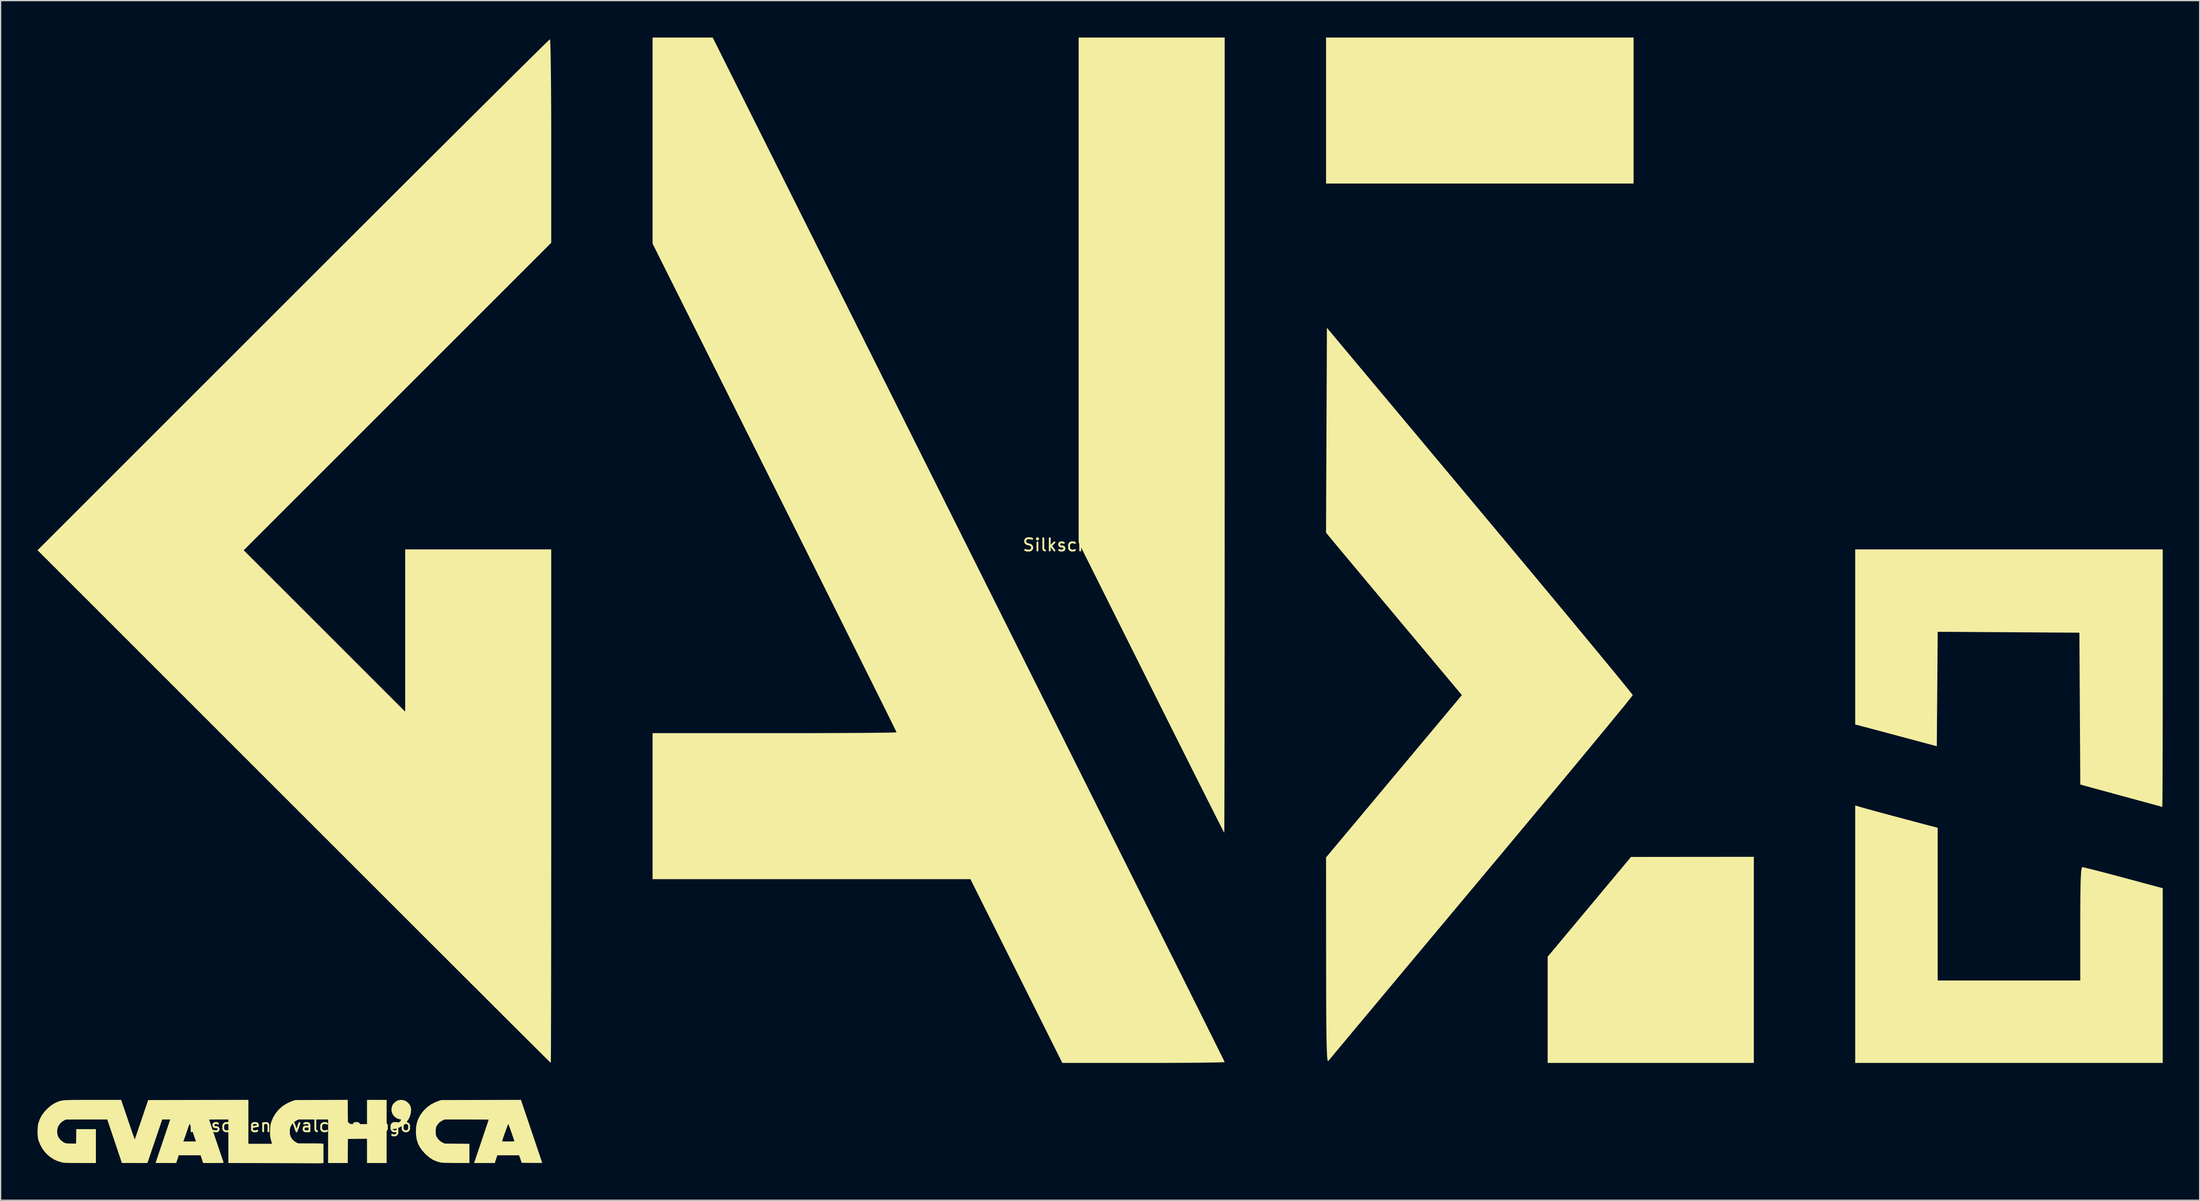
<source format=kicad_pcb>
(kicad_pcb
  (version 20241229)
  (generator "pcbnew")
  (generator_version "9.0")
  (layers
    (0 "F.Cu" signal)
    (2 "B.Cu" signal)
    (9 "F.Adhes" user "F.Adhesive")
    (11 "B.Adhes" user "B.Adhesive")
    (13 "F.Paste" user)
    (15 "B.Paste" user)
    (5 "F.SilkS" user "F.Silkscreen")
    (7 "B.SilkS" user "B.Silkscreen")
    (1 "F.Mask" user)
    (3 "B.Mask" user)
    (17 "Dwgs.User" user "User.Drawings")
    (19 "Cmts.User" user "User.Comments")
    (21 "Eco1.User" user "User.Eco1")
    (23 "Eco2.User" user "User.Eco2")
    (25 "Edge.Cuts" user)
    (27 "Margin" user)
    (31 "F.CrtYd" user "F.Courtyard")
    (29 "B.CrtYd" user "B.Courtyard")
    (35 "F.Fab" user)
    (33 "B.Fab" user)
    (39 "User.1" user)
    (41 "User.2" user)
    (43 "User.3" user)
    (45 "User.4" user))
  (footprint "Silkscreen_gvalchca_logo"
    (layer "F.Cu")
    (at 20.85 88.916)
    (property "Reference" "Silkscreen_gvalchca_logo" (at 0 -0.5 0) (unlocked yes) (layer "F.SilkS") (effects (font (size 1 1) (thickness 0.15))))
    (fp_poly (pts (xy 8.88 -2.577) (xy 9.078 -2.495) (xy 9.249 -2.362) (xy 9.382 -2.202) (xy 9.464 -2.024) (xy 9.498 -1.822) (xy 9.483 -1.592) (xy 9.421 -1.325) (xy 9.415 -1.306) (xy 9.307 -1.056) (xy 9.15 -0.825) (xy 8.952 -0.622) (xy 8.723 -0.452) (xy 8.473 -0.323) (xy 8.211 -0.244) (xy 7.972 -0.219) (xy 7.924 -0.222) (xy 7.897 -0.239) (xy 7.885 -0.285) (xy 7.883 -0.376) (xy 7.883 -0.415) (xy 7.883 -0.612) (xy 8.099 -0.646) (xy 8.292 -0.689) (xy 8.456 -0.751) (xy 8.579 -0.826) (xy 8.648 -0.906) (xy 8.693 -0.992) (xy 8.525 -1.029) (xy 8.32 -1.104) (xy 8.152 -1.224) (xy 8.022 -1.38) (xy 7.937 -1.563) (xy 7.899 -1.762) (xy 7.914 -1.97) (xy 7.986 -2.177) (xy 7.992 -2.189) (xy 8.065 -2.289) (xy 8.174 -2.395) (xy 8.298 -2.488) (xy 8.415 -2.551) (xy 8.44 -2.56) (xy 8.667 -2.599)) (stroke (width 0) (type solid)) (fill yes) (layer "F.SilkS"))
    (fp_poly (pts (xy 18.574 -2.136) (xy 18.611 -2.027) (xy 18.666 -1.865) (xy 18.736 -1.657) (xy 18.82 -1.407) (xy 18.916 -1.124) (xy 19.022 -0.812) (xy 19.135 -0.478) (xy 19.253 -0.129) (xy 19.374 0.23) (xy 19.438 0.418) (xy 19.555 0.764) (xy 19.666 1.093) (xy 19.769 1.4) (xy 19.863 1.679) (xy 19.947 1.927) (xy 20.017 2.138) (xy 20.074 2.308) (xy 20.115 2.431) (xy 20.139 2.504) (xy 20.145 2.522) (xy 20.115 2.525) (xy 20.031 2.527) (xy 19.9 2.529) (xy 19.731 2.529) (xy 19.532 2.528) (xy 19.311 2.526) (xy 18.477 2.518) (xy 18.42 2.346) (xy 18.377 2.221) (xy 18.333 2.096) (xy 18.313 2.041) (xy 18.263 1.908) (xy 16.498 1.908) (xy 16.396 2.221) (xy 16.293 2.534) (xy 14.611 2.534) (xy 15.204 0.779) (xy 15.209 0.764) (xy 16.892 0.764) (xy 16.921 0.77) (xy 17.003 0.775) (xy 17.126 0.779) (xy 17.281 0.782) (xy 17.395 0.782) (xy 17.583 0.782) (xy 17.717 0.78) (xy 17.805 0.775) (xy 17.856 0.767) (xy 17.879 0.755) (xy 17.881 0.737) (xy 17.878 0.727) (xy 17.862 0.682) (xy 17.829 0.588) (xy 17.782 0.453) (xy 17.725 0.288) (xy 17.661 0.101) (xy 17.637 0.031) (xy 17.572 -0.158) (xy 17.512 -0.328) (xy 17.461 -0.469) (xy 17.422 -0.572) (xy 17.398 -0.628) (xy 17.394 -0.635) (xy 17.38 -0.612) (xy 17.349 -0.54) (xy 17.305 -0.427) (xy 17.251 -0.285) (xy 17.191 -0.123) (xy 17.128 0.05) (xy 17.067 0.224) (xy 17.009 0.389) (xy 16.959 0.536) (xy 16.921 0.654) (xy 16.897 0.734) (xy 16.892 0.764) (xy 15.209 0.764) (xy 15.311 0.462) (xy 15.412 0.163) (xy 15.504 -0.113) (xy 15.588 -0.36) (xy 15.659 -0.574) (xy 15.718 -0.749) (xy 15.761 -0.88) (xy 15.788 -0.961) (xy 15.797 -0.989) (xy 15.766 -0.991) (xy 15.679 -0.993) (xy 15.54 -0.995) (xy 15.355 -0.997) (xy 15.13 -0.998) (xy 14.87 -0.999) (xy 14.58 -1) (xy 14.267 -1.001) (xy 14.003 -1.001) (xy 12.209 -1.001) (xy 12.019 -0.906) (xy 11.821 -0.78) (xy 11.666 -0.618) (xy 11.566 -0.461) (xy 11.531 -0.384) (xy 11.51 -0.304) (xy 11.499 -0.2) (xy 11.496 -0.055) (xy 11.496 -0.031) (xy 11.498 0.12) (xy 11.508 0.228) (xy 11.528 0.311) (xy 11.56 0.387) (xy 11.568 0.4) (xy 11.713 0.613) (xy 11.897 0.782) (xy 12.038 0.867) (xy 12.215 0.954) (xy 13.224 0.964) (xy 14.233 0.974) (xy 14.233 2.534) (xy 13.146 2.531) (xy 12.808 2.53) (xy 12.527 2.526) (xy 12.3 2.521) (xy 12.122 2.514) (xy 11.988 2.504) (xy 11.892 2.492) (xy 11.867 2.487) (xy 11.552 2.397) (xy 11.264 2.268) (xy 10.991 2.094) (xy 10.721 1.866) (xy 10.636 1.783) (xy 10.38 1.499) (xy 10.182 1.212) (xy 10.038 0.913) (xy 9.943 0.591) (xy 9.894 0.237) (xy 9.885 -0.021) (xy 9.902 -0.381) (xy 9.958 -0.702) (xy 10.055 -0.999) (xy 10.198 -1.285) (xy 10.267 -1.397) (xy 10.514 -1.724) (xy 10.795 -2.001) (xy 11.115 -2.231) (xy 11.478 -2.417) (xy 11.715 -2.507) (xy 11.934 -2.581) (xy 15.176 -2.589) (xy 18.418 -2.598)) (stroke (width 0) (type solid)) (fill yes) (layer "F.SilkS"))
    (fp_poly (pts (xy 4.355 -1.62) (xy 4.364 -0.641) (xy 5.138 -0.633) (xy 5.912 -0.625) (xy 5.912 -2.596) (xy 7.507 -2.596) (xy 7.507 2.534) (xy 5.912 2.534) (xy 5.912 0.562) (xy 5.138 0.57) (xy 4.364 0.579) (xy 4.355 1.556) (xy 4.347 2.534) (xy 2.753 2.534) (xy 2.753 -1.001) (xy 0.354 -1.001) (xy 0.159 -0.904) (xy -0.036 -0.774) (xy -0.187 -0.61) (xy -0.293 -0.421) (xy -0.354 -0.214) (xy -0.371 0.001) (xy -0.344 0.215) (xy -0.271 0.419) (xy -0.155 0.604) (xy 0.007 0.761) (xy 0.163 0.858) (xy 0.325 0.938) (xy 1.281 0.939) (xy 1.522 0.94) (xy 1.746 0.941) (xy 1.944 0.944) (xy 2.107 0.948) (xy 2.227 0.952) (xy 2.296 0.956) (xy 2.307 0.958) (xy 2.377 0.977) (xy 2.377 2.526) (xy 2.307 2.545) (xy 2.259 2.55) (xy 2.156 2.553) (xy 2.008 2.556) (xy 1.823 2.558) (xy 1.609 2.558) (xy 1.374 2.557) (xy 1.298 2.557) (xy 1.123 2.556) (xy 0.892 2.554) (xy 0.611 2.553) (xy 0.288 2.552) (xy -0.072 2.55) (xy -0.462 2.548) (xy -0.876 2.547) (xy -1.306 2.545) (xy -1.747 2.544) (xy -2.191 2.542) (xy -2.495 2.542) (xy -5.349 2.533) (xy -5.349 -1.001) (xy -6.131 -1.001) (xy -6.345 -1.001) (xy -6.536 -1) (xy -6.697 -0.998) (xy -6.819 -0.996) (xy -6.893 -0.993) (xy -6.913 -0.991) (xy -6.903 -0.961) (xy -6.876 -0.877) (xy -6.832 -0.748) (xy -6.775 -0.578) (xy -6.706 -0.374) (xy -6.628 -0.142) (xy -6.543 0.11) (xy -6.453 0.377) (xy -6.359 0.653) (xy -6.265 0.931) (xy -6.172 1.205) (xy -6.083 1.468) (xy -6 1.714) (xy -5.924 1.937) (xy -5.858 2.131) (xy -5.804 2.288) (xy -5.765 2.403) (xy -5.742 2.47) (xy -5.737 2.483) (xy -5.736 2.498) (xy -5.75 2.51) (xy -5.785 2.519) (xy -5.849 2.525) (xy -5.947 2.53) (xy -6.087 2.532) (xy -6.276 2.533) (xy -6.519 2.534) (xy -6.559 2.534) (xy -7.4 2.534) (xy -7.503 2.221) (xy -7.605 1.908) (xy -9.38 1.908) (xy -9.585 2.534) (xy -10.423 2.534) (xy -10.645 2.533) (xy -10.844 2.533) (xy -11.014 2.531) (xy -11.145 2.53) (xy -11.23 2.528) (xy -11.261 2.525) (xy -11.261 2.525) (xy -11.251 2.495) (xy -11.223 2.411) (xy -11.179 2.277) (xy -11.119 2.1) (xy -11.047 1.885) (xy -10.963 1.636) (xy -10.87 1.359) (xy -10.769 1.059) (xy -10.676 0.782) (xy -9.008 0.782) (xy -7.983 0.782) (xy -8.212 0.117) (xy -8.28 -0.079) (xy -8.342 -0.259) (xy -8.395 -0.414) (xy -8.437 -0.532) (xy -8.463 -0.605) (xy -8.468 -0.62) (xy -8.481 -0.637) (xy -8.498 -0.626) (xy -8.523 -0.581) (xy -8.558 -0.496) (xy -8.605 -0.365) (xy -8.668 -0.183) (xy -8.695 -0.104) (xy -8.76 0.088) (xy -8.822 0.27) (xy -8.878 0.429) (xy -8.922 0.554) (xy -8.95 0.632) (xy -8.951 0.633) (xy -9.008 0.782) (xy -10.676 0.782) (xy -10.668 0.758) (xy -10.074 -1.001) (xy -10.724 -1.001) (xy -10.832 -0.68) (xy -10.902 -0.476) (xy -10.981 -0.241) (xy -11.069 0.018) (xy -11.162 0.293) (xy -11.259 0.576) (xy -11.355 0.862) (xy -11.45 1.141) (xy -11.541 1.408) (xy -11.624 1.654) (xy -11.698 1.872) (xy -11.761 2.056) (xy -11.809 2.197) (xy -11.84 2.289) (xy -11.846 2.307) (xy -11.924 2.534) (xy -12.961 2.533) (xy -13.998 2.533) (xy -15.187 -1.001) (xy -16.86 -1.001) (xy -18.534 -1) (xy -18.69 -0.926) (xy -18.866 -0.814) (xy -19.026 -0.659) (xy -19.152 -0.48) (xy -19.181 -0.422) (xy -19.236 -0.243) (xy -19.255 -0.038) (xy -19.24 0.169) (xy -19.191 0.353) (xy -19.175 0.388) (xy -19.057 0.572) (xy -18.897 0.737) (xy -18.715 0.861) (xy -18.687 0.875) (xy -18.616 0.906) (xy -18.545 0.928) (xy -18.46 0.941) (xy -18.346 0.948) (xy -18.188 0.951) (xy -18.127 0.952) (xy -17.721 0.954) (xy -17.712 0.368) (xy -17.704 -0.219) (xy -16.11 -0.219) (xy -16.11 2.534) (xy -17.384 2.534) (xy -17.706 2.533) (xy -17.972 2.532) (xy -18.189 2.531) (xy -18.365 2.528) (xy -18.505 2.523) (xy -18.617 2.517) (xy -18.709 2.509) (xy -18.785 2.499) (xy -18.855 2.486) (xy -18.913 2.472) (xy -19.242 2.371) (xy -19.544 2.229) (xy -19.831 2.039) (xy -20.042 1.864) (xy -20.265 1.629) (xy -20.466 1.35) (xy -20.635 1.044) (xy -20.763 0.728) (xy -20.793 0.626) (xy -20.822 0.47) (xy -20.841 0.272) (xy -20.85 0.049) (xy -20.847 -0.181) (xy -20.835 -0.398) (xy -20.812 -0.585) (xy -20.79 -0.686) (xy -20.67 -1.028) (xy -20.506 -1.341) (xy -20.291 -1.634) (xy -20.026 -1.911) (xy -19.792 -2.112) (xy -19.563 -2.269) (xy -19.32 -2.394) (xy -19.237 -2.429) (xy -19.161 -2.46) (xy -19.087 -2.486) (xy -19.013 -2.509) (xy -18.934 -2.528) (xy -18.843 -2.545) (xy -18.738 -2.558) (xy -18.613 -2.569) (xy -18.463 -2.578) (xy -18.283 -2.584) (xy -18.07 -2.589) (xy -17.817 -2.592) (xy -17.522 -2.594) (xy -17.177 -2.596) (xy -16.78 -2.596) (xy -16.325 -2.596) (xy -14.057 -2.596) (xy -13.511 -0.988) (xy -13.409 -0.686) (xy -13.312 -0.403) (xy -13.223 -0.144) (xy -13.143 0.086) (xy -13.075 0.28) (xy -13.02 0.434) (xy -12.981 0.543) (xy -12.958 0.6) (xy -12.954 0.608) (xy -12.942 0.577) (xy -12.912 0.493) (xy -12.865 0.359) (xy -12.805 0.183) (xy -12.731 -0.03) (xy -12.648 -0.275) (xy -12.555 -0.547) (xy -12.455 -0.84) (xy -12.404 -0.992) (xy -11.865 -2.581) (xy -7.794 -2.589) (xy -3.722 -2.597) (xy -3.722 0.97) (xy -1.807 0.97) (xy -1.827 0.899) (xy -1.887 0.679) (xy -1.928 0.498) (xy -1.953 0.336) (xy -1.965 0.174) (xy -1.966 -0.009) (xy -1.962 -0.125) (xy -1.951 -0.339) (xy -1.934 -0.508) (xy -1.91 -0.647) (xy -1.877 -0.766) (xy -1.724 -1.146) (xy -1.52 -1.491) (xy -1.268 -1.799) (xy -0.972 -2.066) (xy -0.634 -2.289) (xy -0.258 -2.464) (xy -0.141 -2.506) (xy 0.078 -2.58) (xy 4.347 -2.599)) (stroke (width 0) (type solid)) (fill yes) (layer "F.SilkS")))
  (footprint "Silkscreen_ga150logo"
    (layer "F.Cu")
    (at 88.202 41.729)
    (property "Reference" "Silkscreen_ga150logo" (at 0 -0.5 0) (unlocked yes) (layer "F.SilkS") (effects (font (size 1 1) (thickness 0.15))))
    (fp_poly (pts (xy 41.449 -29.866) (xy 16.468 -29.866) (xy 16.468 -41.729) (xy 41.449 -41.729)) (stroke (width 0) (type solid)) (fill yes) (layer "F.SilkS"))
    (fp_poly (pts (xy 51.219 41.589) (xy 34.471 41.589) (xy 34.471 32.958) (xy 37.856 28.905) (xy 41.24 24.851) (xy 46.229 24.846) (xy 51.219 24.842)) (stroke (width 0) (type solid)) (fill yes) (layer "F.SilkS"))
    (fp_poly (pts (xy 60.116 20.863) (xy 60.473 20.963) (xy 61.045 21.12) (xy 61.776 21.318) (xy 62.613 21.543) (xy 63.5 21.78) (xy 64.383 22.015) (xy 65.205 22.232) (xy 65.559 22.325) (xy 66.152 22.48) (xy 66.152 34.89) (xy 77.735 34.89) (xy 77.735 30.285) (xy 77.738 28.951) (xy 77.746 27.877) (xy 77.76 27.041) (xy 77.782 26.424) (xy 77.812 26.005) (xy 77.85 25.763) (xy 77.897 25.68) (xy 77.901 25.679) (xy 78.078 25.714) (xy 78.485 25.812) (xy 79.081 25.963) (xy 79.828 26.157) (xy 80.685 26.384) (xy 81.251 26.536) (xy 84.434 27.392) (xy 84.434 41.589) (xy 59.453 41.589) (xy 59.453 20.67)) (stroke (width 0) (type solid)) (fill yes) (layer "F.SilkS"))
    (fp_poly (pts (xy 8.234 -9.42) (xy 8.234 -6.438) (xy 8.233 -3.53) (xy 8.233 -0.708) (xy 8.232 2.014) (xy 8.231 4.626) (xy 8.229 7.114) (xy 8.227 9.466) (xy 8.225 11.671) (xy 8.223 13.715) (xy 8.221 15.586) (xy 8.219 17.273) (xy 8.216 18.763) (xy 8.213 20.043) (xy 8.21 21.101) (xy 8.207 21.926) (xy 8.204 22.504) (xy 8.201 22.824) (xy 8.199 22.888) (xy 8.133 22.766) (xy 7.951 22.411) (xy 7.661 21.842) (xy 7.273 21.074) (xy 6.795 20.125) (xy 6.235 19.012) (xy 5.602 17.753) (xy 4.906 16.365) (xy 4.154 14.864) (xy 3.355 13.269) (xy 2.518 11.595) (xy 2.267 11.095) (xy -3.629 -0.698) (xy -3.629 -41.729) (xy 8.234 -41.729)) (stroke (width 0) (type solid)) (fill yes) (layer "F.SilkS"))
    (fp_poly (pts (xy 84.434 10.327) (xy 84.434 12.009) (xy 84.432 13.607) (xy 84.43 15.099) (xy 84.427 16.464) (xy 84.424 17.681) (xy 84.42 18.728) (xy 84.415 19.583) (xy 84.41 20.226) (xy 84.405 20.633) (xy 84.4 20.784) (xy 84.399 20.785) (xy 84.26 20.747) (xy 83.893 20.647) (xy 83.338 20.496) (xy 82.636 20.305) (xy 81.827 20.085) (xy 81.643 20.034) (xy 80.771 19.797) (xy 79.953 19.574) (xy 79.242 19.381) (xy 78.69 19.23) (xy 78.349 19.137) (xy 78.33 19.132) (xy 77.738 18.97) (xy 77.702 12.8) (xy 77.665 6.629) (xy 71.91 6.593) (xy 66.155 6.556) (xy 66.119 11.207) (xy 66.082 15.857) (xy 63.081 15.053) (xy 62.191 14.814) (xy 61.377 14.597) (xy 60.683 14.412) (xy 60.153 14.271) (xy 59.83 14.186) (xy 59.767 14.169) (xy 59.453 14.09) (xy 59.453 -0.14) (xy 84.434 -0.14)) (stroke (width 0) (type solid)) (fill yes) (layer "F.SilkS"))
    (fp_poly (pts (xy -12.56 -0.14) (xy -10.957 3.067) (xy -9.386 6.21) (xy -7.852 9.28) (xy -6.359 12.266) (xy -4.912 15.161) (xy -3.516 17.955) (xy -2.176 20.639) (xy -0.895 23.204) (xy 0.322 25.64) (xy 1.469 27.939) (xy 2.544 30.09) (xy 3.539 32.086) (xy 4.453 33.916) (xy 5.279 35.572) (xy 6.013 37.045) (xy 6.65 38.325) (xy 7.187 39.403) (xy 7.618 40.27) (xy 7.939 40.917) (xy 8.145 41.334) (xy 8.231 41.513) (xy 8.234 41.519) (xy 8.099 41.533) (xy 7.712 41.546) (xy 7.1 41.558) (xy 6.291 41.569) (xy 5.311 41.577) (xy 4.188 41.584) (xy 2.949 41.588) (xy 1.639 41.589) (xy -4.956 41.589) (xy -8.688 34.123) (xy -12.421 26.656) (xy -38.24 26.656) (xy -38.24 14.793) (xy -28.331 14.793) (xy -26.696 14.792) (xy -25.144 14.79) (xy -23.7 14.785) (xy -22.384 14.779) (xy -21.218 14.772) (xy -20.226 14.764) (xy -19.428 14.754) (xy -18.848 14.744) (xy -18.507 14.733) (xy -18.422 14.723) (xy -18.483 14.593) (xy -18.663 14.226) (xy -18.954 13.636) (xy -19.35 12.837) (xy -19.845 11.841) (xy -20.431 10.663) (xy -21.103 9.314) (xy -21.853 7.81) (xy -22.674 6.162) (xy -23.561 4.384) (xy -24.506 2.491) (xy -25.504 0.494) (xy -26.546 -1.593) (xy -27.627 -3.756) (xy -28.331 -5.164) (xy -38.24 -24.981) (xy -38.24 -41.729) (xy -33.355 -41.729)) (stroke (width 0) (type solid)) (fill yes) (layer "F.SilkS"))
    (fp_poly (pts (xy -46.559 -41.453) (xy -46.542 -41.063) (xy -46.525 -40.442) (xy -46.511 -39.615) (xy -46.498 -38.606) (xy -46.488 -37.439) (xy -46.48 -36.138) (xy -46.475 -34.729) (xy -46.474 -33.32) (xy -46.474 -25.052) (xy -58.964 -12.56) (xy -71.455 -0.069) (xy -64.896 6.489) (xy -58.336 13.048) (xy -58.336 -0.14) (xy -46.474 -0.14) (xy -46.474 20.725) (xy -46.474 23.114) (xy -46.475 25.427) (xy -46.476 27.647) (xy -46.477 29.759) (xy -46.479 31.747) (xy -46.481 33.598) (xy -46.484 35.294) (xy -46.486 36.822) (xy -46.49 38.165) (xy -46.493 39.309) (xy -46.496 40.238) (xy -46.5 40.937) (xy -46.504 41.39) (xy -46.508 41.583) (xy -46.509 41.589) (xy -46.609 41.492) (xy -46.898 41.206) (xy -47.366 40.742) (xy -48.004 40.107) (xy -48.803 39.311) (xy -49.753 38.363) (xy -50.846 37.273) (xy -52.073 36.048) (xy -53.424 34.699) (xy -54.891 33.235) (xy -56.464 31.664) (xy -58.133 29.996) (xy -59.891 28.239) (xy -61.728 26.403) (xy -63.634 24.498) (xy -65.601 22.531) (xy -67.373 20.759) (xy -88.202 -0.07) (xy -67.442 -20.83) (xy -65.432 -22.839) (xy -63.474 -24.796) (xy -61.577 -26.691) (xy -59.751 -28.514) (xy -58.004 -30.257) (xy -56.345 -31.91) (xy -54.785 -33.465) (xy -53.331 -34.912) (xy -51.994 -36.243) (xy -50.782 -37.447) (xy -49.705 -38.517) (xy -48.771 -39.442) (xy -47.99 -40.214) (xy -47.372 -40.824) (xy -46.924 -41.262) (xy -46.657 -41.519) (xy -46.578 -41.589)) (stroke (width 0) (type solid)) (fill yes) (layer "F.SilkS"))
    (fp_poly (pts (xy 28.959 -3.297) (xy 30.436 -1.531) (xy 31.863 0.178) (xy 33.23 1.817) (xy 34.526 3.374) (xy 35.742 4.835) (xy 36.866 6.19) (xy 37.89 7.425) (xy 38.803 8.529) (xy 39.594 9.489) (xy 40.253 10.292) (xy 40.771 10.927) (xy 41.136 11.381) (xy 41.339 11.641) (xy 41.38 11.702) (xy 41.292 11.825) (xy 41.035 12.15) (xy 40.619 12.664) (xy 40.054 13.354) (xy 39.352 14.209) (xy 38.521 15.216) (xy 37.572 16.363) (xy 36.516 17.636) (xy 35.363 19.025) (xy 34.122 20.515) (xy 32.805 22.096) (xy 31.421 23.754) (xy 29.981 25.478) (xy 29.098 26.534) (xy 27.627 28.292) (xy 26.204 29.994) (xy 24.839 31.626) (xy 23.542 33.177) (xy 22.325 34.633) (xy 21.198 35.982) (xy 20.17 37.212) (xy 19.253 38.309) (xy 18.457 39.263) (xy 17.792 40.06) (xy 17.269 40.687) (xy 16.898 41.133) (xy 16.689 41.384) (xy 16.647 41.436) (xy 16.611 41.431) (xy 16.579 41.301) (xy 16.553 41.03) (xy 16.531 40.601) (xy 16.513 39.998) (xy 16.499 39.204) (xy 16.488 38.201) (xy 16.48 36.975) (xy 16.476 35.506) (xy 16.473 33.78) (xy 16.473 33.274) (xy 16.468 24.89) (xy 21.985 18.296) (xy 27.501 11.701) (xy 22.647 5.905) (xy 21.707 4.782) (xy 20.803 3.7) (xy 19.952 2.684) (xy 19.176 1.756) (xy 18.494 0.939) (xy 17.924 0.257) (xy 17.486 -0.267) (xy 17.2 -0.611) (xy 17.13 -0.695) (xy 16.466 -1.499) (xy 16.502 -9.822) (xy 16.538 -18.144)) (stroke (width 0) (type solid)) (fill yes) (layer "F.SilkS")))
  (gr_rect
    (start -3 -3)
    (end 175.636 94.475)
    (stroke (width 0.1) (type default))
    (fill no)
    (layer "Edge.Cuts")))
</source>
